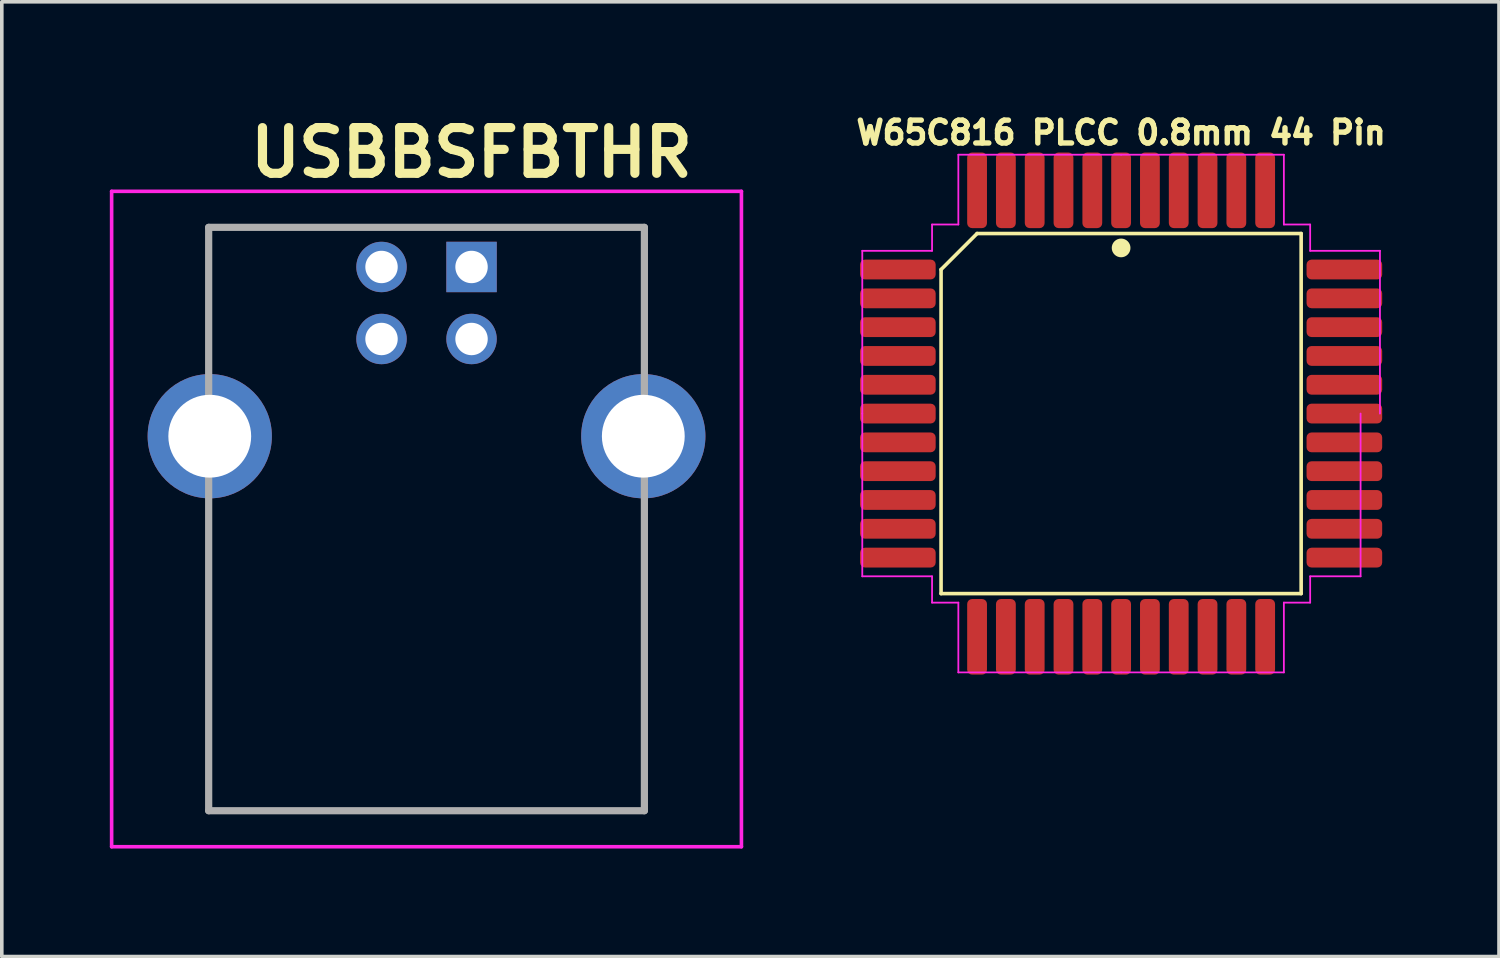
<source format=kicad_pcb>
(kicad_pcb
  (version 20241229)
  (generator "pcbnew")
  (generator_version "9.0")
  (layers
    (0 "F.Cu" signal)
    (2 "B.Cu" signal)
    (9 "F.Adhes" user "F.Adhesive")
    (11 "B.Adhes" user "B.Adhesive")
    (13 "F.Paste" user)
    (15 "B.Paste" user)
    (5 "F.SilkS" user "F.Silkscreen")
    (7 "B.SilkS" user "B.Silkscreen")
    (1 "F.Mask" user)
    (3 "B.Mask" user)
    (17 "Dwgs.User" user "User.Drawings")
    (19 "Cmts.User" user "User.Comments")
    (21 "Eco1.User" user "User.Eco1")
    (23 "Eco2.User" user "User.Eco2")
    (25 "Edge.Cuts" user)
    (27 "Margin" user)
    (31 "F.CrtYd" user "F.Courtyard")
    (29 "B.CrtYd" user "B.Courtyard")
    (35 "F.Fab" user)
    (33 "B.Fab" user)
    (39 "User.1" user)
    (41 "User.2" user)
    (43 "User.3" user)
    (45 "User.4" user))
  (footprint "USBBSFBTHR"
    (layer "F.Cu")
    (at 10.045 4.364)
    (property "Reference" "USBBSFBTHR" (at 0 -3.175 180) (layer "F.SilkS") (effects (font (size 1.27 1.27) (thickness 0.254))))
    (attr through_hole)
    (fp_line (start -7.3 -1.1) (end -7.3 -1.1) (stroke (width 0.1) (type solid)) (layer "F.SilkS"))
    (fp_line (start -7.3 -1.1) (end -7.3 -1.1) (stroke (width 0.1) (type solid)) (layer "F.SilkS"))
    (fp_line (start -7.3 -1.1) (end -7.3 2.25) (stroke (width 0.1) (type solid)) (layer "F.SilkS"))
    (fp_line (start -7.3 -1.1) (end -3.75 -1.1) (stroke (width 0.1) (type solid)) (layer "F.SilkS"))
    (fp_line (start -7.3 2.25) (end -7.3 -1.1) (stroke (width 0.1) (type solid)) (layer "F.SilkS"))
    (fp_line (start -7.3 2.25) (end -7.3 2.25) (stroke (width 0.1) (type solid)) (layer "F.SilkS"))
    (fp_line (start -7.3 7) (end -7.3 7) (stroke (width 0.1) (type solid)) (layer "F.SilkS"))
    (fp_line (start -7.3 7) (end -7.3 15.1) (stroke (width 0.1) (type solid)) (layer "F.SilkS"))
    (fp_line (start -7.3 15.1) (end -7.3 7) (stroke (width 0.1) (type solid)) (layer "F.SilkS"))
    (fp_line (start -7.3 15.1) (end -7.3 15.1) (stroke (width 0.1) (type solid)) (layer "F.SilkS"))
    (fp_line (start -7.3 15.1) (end -7.3 15.1) (stroke (width 0.1) (type solid)) (layer "F.SilkS"))
    (fp_line (start -7.3 15.1) (end 4.8 15.1) (stroke (width 0.1) (type solid)) (layer "F.SilkS"))
    (fp_line (start -3.75 -1.1) (end -7.3 -1.1) (stroke (width 0.1) (type solid)) (layer "F.SilkS"))
    (fp_line (start -3.75 -1.1) (end -3.75 -1.1) (stroke (width 0.1) (type solid)) (layer "F.SilkS"))
    (fp_line (start 1.25 -1.1) (end 1.25 -1.1) (stroke (width 0.1) (type solid)) (layer "F.SilkS"))
    (fp_line (start 1.25 -1.1) (end 4.8 -1.1) (stroke (width 0.1) (type solid)) (layer "F.SilkS"))
    (fp_line (start 4.8 -1.1) (end 1.25 -1.1) (stroke (width 0.1) (type solid)) (layer "F.SilkS"))
    (fp_line (start 4.8 -1.1) (end 4.8 -1.1) (stroke (width 0.1) (type solid)) (layer "F.SilkS"))
    (fp_line (start 4.8 -1.1) (end 4.8 -1.1) (stroke (width 0.1) (type solid)) (layer "F.SilkS"))
    (fp_line (start 4.8 -1.1) (end 4.8 2.25) (stroke (width 0.1) (type solid)) (layer "F.SilkS"))
    (fp_line (start 4.8 2.25) (end 4.8 -1.1) (stroke (width 0.1) (type solid)) (layer "F.SilkS"))
    (fp_line (start 4.8 2.25) (end 4.8 2.25) (stroke (width 0.1) (type solid)) (layer "F.SilkS"))
    (fp_line (start 4.8 7) (end 4.8 7) (stroke (width 0.1) (type solid)) (layer "F.SilkS"))
    (fp_line (start 4.8 7) (end 4.8 15.1) (stroke (width 0.1) (type solid)) (layer "F.SilkS"))
    (fp_line (start 4.8 15.1) (end -7.3 15.1) (stroke (width 0.1) (type solid)) (layer "F.SilkS"))
    (fp_line (start 4.8 15.1) (end 4.8 7) (stroke (width 0.1) (type solid)) (layer "F.SilkS"))
    (fp_line (start 4.8 15.1) (end 4.8 15.1) (stroke (width 0.1) (type solid)) (layer "F.SilkS"))
    (fp_line (start 4.8 15.1) (end 4.8 15.1) (stroke (width 0.1) (type solid)) (layer "F.SilkS"))
    (fp_line (start -9.995 -2.1) (end 7.495 -2.1) (stroke (width 0.1) (type solid)) (layer "F.CrtYd"))
    (fp_line (start -9.995 16.1) (end -9.995 -2.1) (stroke (width 0.1) (type solid)) (layer "F.CrtYd"))
    (fp_line (start 7.495 -2.1) (end 7.495 16.1) (stroke (width 0.1) (type solid)) (layer "F.CrtYd"))
    (fp_line (start 7.495 16.1) (end -9.995 16.1) (stroke (width 0.1) (type solid)) (layer "F.CrtYd"))
    (fp_line (start -7.3 -1.1) (end -7.3 15.1) (stroke (width 0.2) (type solid)) (layer "F.Fab"))
    (fp_line (start -7.3 15.1) (end 4.8 15.1) (stroke (width 0.2) (type solid)) (layer "F.Fab"))
    (fp_line (start 4.8 -1.1) (end -7.3 -1.1) (stroke (width 0.2) (type solid)) (layer "F.Fab"))
    (fp_line (start 4.8 15.1) (end 4.8 -1.1) (stroke (width 0.2) (type solid)) (layer "F.Fab"))
    (pad "1" thru_hole rect (at 0 0) (size 1.4 1.4) (drill 0.9) (layers "*.Cu" "*.Mask"))
    (pad "2" thru_hole circle (at -2.5 0) (size 1.4 1.4) (drill 0.9) (layers "*.Cu" "*.Mask"))
    (pad "3" thru_hole circle (at -2.5 2) (size 1.4 1.4) (drill 0.9) (layers "*.Cu" "*.Mask"))
    (pad "4" thru_hole circle (at 0 2) (size 1.4 1.4) (drill 0.9) (layers "*.Cu" "*.Mask"))
    (pad "MH1" thru_hole circle (at 4.77 4.7) (size 3.45 3.45) (drill 2.3) (layers "*.Cu" "*.Mask"))
    (pad "MH2" thru_hole circle (at -7.27 4.7) (size 3.45 3.45) (drill 2.3) (layers "*.Cu" "*.Mask")))
  (footprint "W65C816 PLCC 0.8mm 44 Pin"
    (layer "F.Cu")
    (at 28.084 8.435)
    (property "Reference" "W65C816 PLCC 0.8mm 44 Pin" (at 0 -7.8 0) (layer "F.SilkS") (effects (font (size 0.635 0.635) (thickness 0.15))))
    (attr smd)
    (fp_line (start -5 -4) (end -4 -5) (stroke (width 0.1) (type solid)) (layer "F.SilkS"))
    (fp_line (start -5 5) (end -5 -4) (stroke (width 0.1) (type solid)) (layer "F.SilkS"))
    (fp_line (start -4 -5) (end 5 -5) (stroke (width 0.1) (type solid)) (layer "F.SilkS"))
    (fp_line (start 5 -5) (end 5 5) (stroke (width 0.1) (type solid)) (layer "F.SilkS"))
    (fp_line (start 5 5) (end -5 5) (stroke (width 0.1) (type solid)) (layer "F.SilkS"))
    (fp_circle (center 0 -4.6) (end 0.2 -4.6) (stroke (width 0.12) (type solid)) (fill yes) (layer "F.SilkS"))
    (fp_line (start -7.188 -4.52) (end -7.188 0) (stroke (width 0.05) (type solid)) (layer "F.CrtYd"))
    (fp_line (start -7.188 4.52) (end -7.188 0) (stroke (width 0.05) (type solid)) (layer "F.CrtYd"))
    (fp_line (start -5.25 -5.25) (end -5.25 -4.52) (stroke (width 0.05) (type solid)) (layer "F.CrtYd"))
    (fp_line (start -5.25 -4.52) (end -7.188 -4.52) (stroke (width 0.05) (type solid)) (layer "F.CrtYd"))
    (fp_line (start -5.25 4.52) (end -7.188 4.52) (stroke (width 0.05) (type solid)) (layer "F.CrtYd"))
    (fp_line (start -5.25 5.25) (end -5.25 4.52) (stroke (width 0.05) (type solid)) (layer "F.CrtYd"))
    (fp_line (start -4.52 -7.188) (end -4.52 -5.25) (stroke (width 0.05) (type solid)) (layer "F.CrtYd"))
    (fp_line (start -4.52 -5.25) (end -5.25 -5.25) (stroke (width 0.05) (type solid)) (layer "F.CrtYd"))
    (fp_line (start -4.52 5.25) (end -5.25 5.25) (stroke (width 0.05) (type solid)) (layer "F.CrtYd"))
    (fp_line (start -4.52 7.188) (end -4.52 5.25) (stroke (width 0.05) (type solid)) (layer "F.CrtYd"))
    (fp_line (start 0 -7.188) (end -4.52 -7.188) (stroke (width 0.05) (type solid)) (layer "F.CrtYd"))
    (fp_line (start 0 -7.188) (end 4.52 -7.188) (stroke (width 0.05) (type solid)) (layer "F.CrtYd"))
    (fp_line (start 0 7.188) (end -4.52 7.188) (stroke (width 0.05) (type solid)) (layer "F.CrtYd"))
    (fp_line (start 0 7.188) (end 4.52 7.188) (stroke (width 0.05) (type solid)) (layer "F.CrtYd"))
    (fp_line (start 4.52 -7.188) (end 4.52 -5.25) (stroke (width 0.05) (type solid)) (layer "F.CrtYd"))
    (fp_line (start 4.52 -5.25) (end 5.25 -5.25) (stroke (width 0.05) (type solid)) (layer "F.CrtYd"))
    (fp_line (start 4.52 5.25) (end 5.25 5.25) (stroke (width 0.05) (type solid)) (layer "F.CrtYd"))
    (fp_line (start 4.52 7.188) (end 4.52 5.25) (stroke (width 0.05) (type solid)) (layer "F.CrtYd"))
    (fp_line (start 5.25 -5.25) (end 5.25 -4.52) (stroke (width 0.05) (type solid)) (layer "F.CrtYd"))
    (fp_line (start 5.25 -4.52) (end 7.188 -4.52) (stroke (width 0.05) (type solid)) (layer "F.CrtYd"))
    (fp_line (start 5.25 4.52) (end 6.65 4.52) (stroke (width 0.05) (type solid)) (layer "F.CrtYd"))
    (fp_line (start 5.25 5.25) (end 5.25 4.52) (stroke (width 0.05) (type solid)) (layer "F.CrtYd"))
    (fp_line (start 6.65 4.52) (end 6.65 0) (stroke (width 0.05) (type solid)) (layer "F.CrtYd"))
    (fp_line (start 7.188 -4.52) (end 7.188 0) (stroke (width 0.05) (type solid)) (layer "F.CrtYd"))
    (pad "1" smd roundrect (at 0 -6.2) (size 0.55 2.1) (layers "F.Cu" "F.Mask" "F.Paste") (roundrect_rratio 0.25))
    (pad "2" smd roundrect (at -0.8 -6.2) (size 0.55 2.1) (layers "F.Cu" "F.Mask" "F.Paste") (roundrect_rratio 0.25))
    (pad "3" smd roundrect (at -1.6 -6.2) (size 0.55 2.1) (layers "F.Cu" "F.Mask" "F.Paste") (roundrect_rratio 0.25))
    (pad "4" smd roundrect (at -2.4 -6.2) (size 0.55 2.1) (layers "F.Cu" "F.Mask" "F.Paste") (roundrect_rratio 0.25))
    (pad "5" smd roundrect (at -3.2 -6.2) (size 0.55 2.1) (layers "F.Cu" "F.Mask" "F.Paste") (roundrect_rratio 0.25))
    (pad "6" smd roundrect (at -4 -6.2) (size 0.55 2.1) (layers "F.Cu" "F.Mask" "F.Paste") (roundrect_rratio 0.25))
    (pad "7" smd roundrect (at -6.2 -4) (size 2.1 0.55) (layers "F.Cu" "F.Mask" "F.Paste") (roundrect_rratio 0.25))
    (pad "8" smd roundrect (at -6.2 -3.2) (size 2.1 0.55) (layers "F.Cu" "F.Mask" "F.Paste") (roundrect_rratio 0.25))
    (pad "9" smd roundrect (at -6.2 -2.4) (size 2.1 0.55) (layers "F.Cu" "F.Mask" "F.Paste") (roundrect_rratio 0.25))
    (pad "10" smd roundrect (at -6.2 -1.6) (size 2.1 0.55) (layers "F.Cu" "F.Mask" "F.Paste") (roundrect_rratio 0.25))
    (pad "11" smd roundrect (at -6.2 -0.8) (size 2.1 0.55) (layers "F.Cu" "F.Mask" "F.Paste") (roundrect_rratio 0.25))
    (pad "12" smd roundrect (at -6.2 0) (size 2.1 0.55) (layers "F.Cu" "F.Mask" "F.Paste") (roundrect_rratio 0.25))
    (pad "13" smd roundrect (at -6.2 0.8) (size 2.1 0.55) (layers "F.Cu" "F.Mask" "F.Paste") (roundrect_rratio 0.25))
    (pad "14" smd roundrect (at -6.2 1.6) (size 2.1 0.55) (layers "F.Cu" "F.Mask" "F.Paste") (roundrect_rratio 0.25))
    (pad "15" smd roundrect (at -6.2 2.4) (size 2.1 0.55) (layers "F.Cu" "F.Mask" "F.Paste") (roundrect_rratio 0.25))
    (pad "16" smd roundrect (at -6.2 3.2) (size 2.1 0.55) (layers "F.Cu" "F.Mask" "F.Paste") (roundrect_rratio 0.25))
    (pad "17" smd roundrect (at -6.2 4) (size 2.1 0.55) (layers "F.Cu" "F.Mask" "F.Paste") (roundrect_rratio 0.25))
    (pad "18" smd roundrect (at -4 6.2) (size 0.55 2.1) (layers "F.Cu" "F.Mask" "F.Paste") (roundrect_rratio 0.25))
    (pad "19" smd roundrect (at -3.2 6.2) (size 0.55 2.1) (layers "F.Cu" "F.Mask" "F.Paste") (roundrect_rratio 0.25))
    (pad "20" smd roundrect (at -2.4 6.2) (size 0.55 2.1) (layers "F.Cu" "F.Mask" "F.Paste") (roundrect_rratio 0.25))
    (pad "21" smd roundrect (at -1.6 6.2) (size 0.55 2.1) (layers "F.Cu" "F.Mask" "F.Paste") (roundrect_rratio 0.25))
    (pad "22" smd roundrect (at -0.8 6.2) (size 0.55 2.1) (layers "F.Cu" "F.Mask" "F.Paste") (roundrect_rratio 0.25))
    (pad "23" smd roundrect (at 0 6.2) (size 0.55 2.1) (layers "F.Cu" "F.Mask" "F.Paste") (roundrect_rratio 0.25))
    (pad "24" smd roundrect (at 0.8 6.2) (size 0.55 2.1) (layers "F.Cu" "F.Mask" "F.Paste") (roundrect_rratio 0.25))
    (pad "25" smd roundrect (at 1.6 6.2) (size 0.55 2.1) (layers "F.Cu" "F.Mask" "F.Paste") (roundrect_rratio 0.25))
    (pad "26" smd roundrect (at 2.4 6.2) (size 0.55 2.1) (layers "F.Cu" "F.Mask" "F.Paste") (roundrect_rratio 0.25))
    (pad "27" smd roundrect (at 3.2 6.2) (size 0.55 2.1) (layers "F.Cu" "F.Mask" "F.Paste") (roundrect_rratio 0.25))
    (pad "28" smd roundrect (at 4 6.2) (size 0.55 2.1) (layers "F.Cu" "F.Mask" "F.Paste") (roundrect_rratio 0.25))
    (pad "29" smd roundrect (at 6.2 4) (size 2.1 0.55) (layers "F.Cu" "F.Mask" "F.Paste") (roundrect_rratio 0.25))
    (pad "30" smd roundrect (at 6.2 3.2) (size 2.1 0.55) (layers "F.Cu" "F.Mask" "F.Paste") (roundrect_rratio 0.25))
    (pad "31" smd roundrect (at 6.2 2.4) (size 2.1 0.55) (layers "F.Cu" "F.Mask" "F.Paste") (roundrect_rratio 0.25))
    (pad "32" smd roundrect (at 6.2 1.6) (size 2.1 0.55) (layers "F.Cu" "F.Mask" "F.Paste") (roundrect_rratio 0.25))
    (pad "33" smd roundrect (at 6.2 0.8) (size 2.1 0.55) (layers "F.Cu" "F.Mask" "F.Paste") (roundrect_rratio 0.25))
    (pad "34" smd roundrect (at 6.2 0) (size 2.1 0.55) (layers "F.Cu" "F.Mask" "F.Paste") (roundrect_rratio 0.25))
    (pad "35" smd roundrect (at 6.2 -0.8) (size 2.1 0.55) (layers "F.Cu" "F.Mask" "F.Paste") (roundrect_rratio 0.25))
    (pad "36" smd roundrect (at 6.2 -1.6) (size 2.1 0.55) (layers "F.Cu" "F.Mask" "F.Paste") (roundrect_rratio 0.25))
    (pad "37" smd roundrect (at 6.2 -2.4) (size 2.1 0.55) (layers "F.Cu" "F.Mask" "F.Paste") (roundrect_rratio 0.25))
    (pad "38" smd roundrect (at 6.2 -3.2) (size 2.1 0.55) (layers "F.Cu" "F.Mask" "F.Paste") (roundrect_rratio 0.25))
    (pad "39" smd roundrect (at 6.2 -4) (size 2.1 0.55) (layers "F.Cu" "F.Mask" "F.Paste") (roundrect_rratio 0.25))
    (pad "40" smd roundrect (at 4 -6.2) (size 0.55 2.1) (layers "F.Cu" "F.Mask" "F.Paste") (roundrect_rratio 0.25))
    (pad "41" smd roundrect (at 3.2 -6.2) (size 0.55 2.1) (layers "F.Cu" "F.Mask" "F.Paste") (roundrect_rratio 0.25))
    (pad "42" smd roundrect (at 2.4 -6.2) (size 0.55 2.1) (layers "F.Cu" "F.Mask" "F.Paste") (roundrect_rratio 0.25))
    (pad "43" smd roundrect (at 1.6 -6.2) (size 0.55 2.1) (layers "F.Cu" "F.Mask" "F.Paste") (roundrect_rratio 0.25))
    (pad "44" smd roundrect (at 0.8 -6.2) (size 0.55 2.1) (layers "F.Cu" "F.Mask" "F.Paste") (roundrect_rratio 0.25))
    (zone (net_name "") (layer "F.Cu") (hatch edge 0.508) (connect_pads) (min_thickness 0.254) (filled_areas_thickness no) (keepout (tracks not_allowed) (vias not_allowed) (pads not_allowed) (copperpour not_allowed) (footprints not_allowed)) (placement (enabled no)) (fill) (polygon (pts (xy 28.536 3.835) (xy 28.518 3.708) (xy 28.465 3.591) (xy 28.381 3.494) (xy 28.274 3.425) (xy 28.151 3.388) (xy 28.023 3.387) (xy 27.9 3.422) (xy 27.791 3.491) (xy 27.707 3.587) (xy 27.652 3.703) (xy 27.632 3.829) (xy 27.649 3.956) (xy 27.701 4.073) (xy 27.783 4.172) (xy 27.89 4.243) (xy 28.012 4.281) (xy 28.14 4.283) (xy 28.264 4.249) (xy 28.373 4.182) (xy 28.459 4.087) (xy 28.515 3.972) (xy 28.536 3.846)))))
  (gr_rect
    (start -3 -3)
    (end 38.578 23.514)
    (stroke (width 0.1) (type default))
    (fill no)
    (layer "Edge.Cuts")))
</source>
